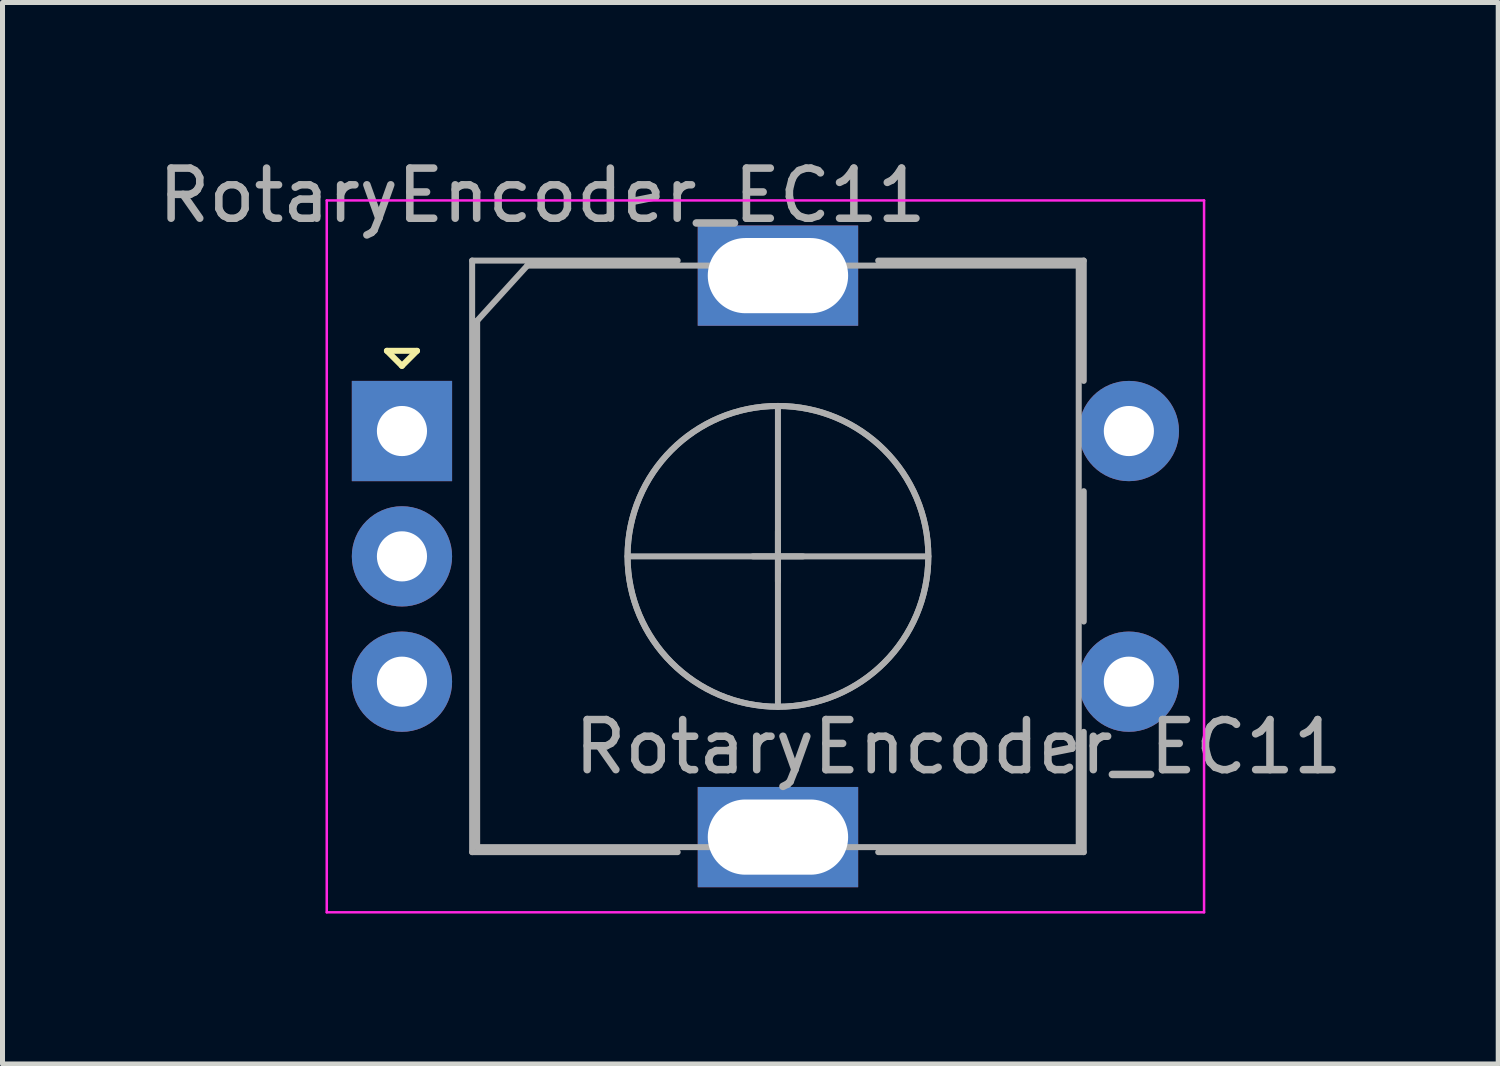
<source format=kicad_pcb>
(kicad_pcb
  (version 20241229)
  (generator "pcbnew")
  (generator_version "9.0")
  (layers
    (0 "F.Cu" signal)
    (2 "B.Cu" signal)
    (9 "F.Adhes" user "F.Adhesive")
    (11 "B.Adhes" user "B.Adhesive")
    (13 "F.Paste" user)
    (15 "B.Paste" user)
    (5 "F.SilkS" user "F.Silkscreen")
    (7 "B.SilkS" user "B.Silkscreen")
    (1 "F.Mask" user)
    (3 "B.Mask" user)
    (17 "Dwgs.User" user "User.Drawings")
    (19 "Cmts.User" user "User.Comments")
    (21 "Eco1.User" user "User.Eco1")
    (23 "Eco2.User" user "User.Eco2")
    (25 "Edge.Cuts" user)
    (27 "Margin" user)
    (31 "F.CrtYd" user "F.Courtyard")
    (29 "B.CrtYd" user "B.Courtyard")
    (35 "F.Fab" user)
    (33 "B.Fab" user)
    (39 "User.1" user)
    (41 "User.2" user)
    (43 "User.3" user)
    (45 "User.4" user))
  (footprint "RotaryEncoder_EC11"
    (layer "F.Cu")
    (at 12.468 8.048)
    (property "Reference" "RotaryEncoder_EC11" (at -4.7 -7.2 0) (layer "F.Fab") (effects (font (size 1 1) (thickness 0.15))))
    (attr through_hole)
    (fp_line (start -7.8 -4.1) (end -7.2 -4.1) (stroke (width 0.12) (type solid)) (layer "F.SilkS"))
    (fp_line (start -7.5 -3.8) (end -7.8 -4.1) (stroke (width 0.12) (type solid)) (layer "F.SilkS"))
    (fp_line (start -7.2 -4.1) (end -7.5 -3.8) (stroke (width 0.12) (type solid)) (layer "F.SilkS"))
    (fp_line (start -9 -7.1) (end -9 7.1) (stroke (width 0.05) (type solid)) (layer "F.CrtYd"))
    (fp_line (start -9 -7.1) (end 8.5 -7.1) (stroke (width 0.05) (type solid)) (layer "F.CrtYd"))
    (fp_line (start 8.5 7.1) (end -9 7.1) (stroke (width 0.05) (type solid)) (layer "F.CrtYd"))
    (fp_line (start 8.5 7.1) (end 8.5 -7.1) (stroke (width 0.05) (type solid)) (layer "F.CrtYd"))
    (fp_line (start -6.1 -5.9) (end -6.1 5.9) (stroke (width 0.12) (type solid)) (layer "F.Fab"))
    (fp_line (start -6 -4.7) (end -5 -5.8) (stroke (width 0.12) (type solid)) (layer "F.Fab"))
    (fp_line (start -6 5.8) (end -6 -4.7) (stroke (width 0.12) (type solid)) (layer "F.Fab"))
    (fp_line (start -5 -5.8) (end 6 -5.8) (stroke (width 0.12) (type solid)) (layer "F.Fab"))
    (fp_line (start -3 0) (end 3 0) (stroke (width 0.12) (type solid)) (layer "F.Fab"))
    (fp_line (start -2 -5.9) (end -6.1 -5.9) (stroke (width 0.12) (type solid)) (layer "F.Fab"))
    (fp_line (start -2 5.9) (end -6.1 5.9) (stroke (width 0.12) (type solid)) (layer "F.Fab"))
    (fp_line (start -0.5 0) (end 0.5 0) (stroke (width 0.12) (type solid)) (layer "F.Fab"))
    (fp_line (start 0 -3) (end 0 3) (stroke (width 0.12) (type solid)) (layer "F.Fab"))
    (fp_line (start 0 -0.5) (end 0 0.5) (stroke (width 0.12) (type solid)) (layer "F.Fab"))
    (fp_line (start 2 -5.9) (end 6.1 -5.9) (stroke (width 0.12) (type solid)) (layer "F.Fab"))
    (fp_line (start 6 -5.8) (end 6 5.8) (stroke (width 0.12) (type solid)) (layer "F.Fab"))
    (fp_line (start 6 5.8) (end -6 5.8) (stroke (width 0.12) (type solid)) (layer "F.Fab"))
    (fp_line (start 6.1 -5.9) (end 6.1 -3.5) (stroke (width 0.12) (type solid)) (layer "F.Fab"))
    (fp_line (start 6.1 -1.3) (end 6.1 1.3) (stroke (width 0.12) (type solid)) (layer "F.Fab"))
    (fp_line (start 6.1 3.5) (end 6.1 5.9) (stroke (width 0.12) (type solid)) (layer "F.Fab"))
    (fp_line (start 6.1 5.9) (end 2 5.9) (stroke (width 0.12) (type solid)) (layer "F.Fab"))
    (fp_circle (center 0 0) (end 3 0) (stroke (width 0.12) (type solid)) (fill no) (layer "F.Fab"))
    (fp_circle (center 0 0) (end 3 0) (stroke (width 0.12) (type solid)) (fill no) (layer "F.Fab"))
    (fp_text user "${REFERENCE}" (at 3.6 3.8 0) (layer "F.Fab") (effects (font (size 1 1) (thickness 0.15))))
    (pad "" np_thru_hole rect (at 0 -5.6) (size 3.2 2) (drill oval 2.8 1.5) (layers "*.Cu" "*.Mask"))
    (pad "" np_thru_hole rect (at 0 5.6) (size 3.2 2) (drill oval 2.8 1.5) (layers "*.Cu" "*.Mask"))
    (pad "A" thru_hole rect (at -7.5 -2.5) (size 2 2) (drill 1) (layers "*.Cu" "*.Mask"))
    (pad "B" thru_hole circle (at -7.5 2.5) (size 2 2) (drill 1) (layers "*.Cu" "*.Mask"))
    (pad "C" thru_hole circle (at -7.5 0) (size 2 2) (drill 1) (layers "*.Cu" "*.Mask"))
    (pad "S1" thru_hole circle (at 7 2.5) (size 2 2) (drill 1) (layers "*.Cu" "*.Mask"))
    (pad "S2" thru_hole circle (at 7 -2.5) (size 2 2) (drill 1) (layers "*.Cu" "*.Mask")))
  (gr_rect
    (start -3 -3)
    (end 26.836 18.173)
    (stroke (width 0.1) (type default))
    (fill no)
    (layer "Edge.Cuts")))
</source>
